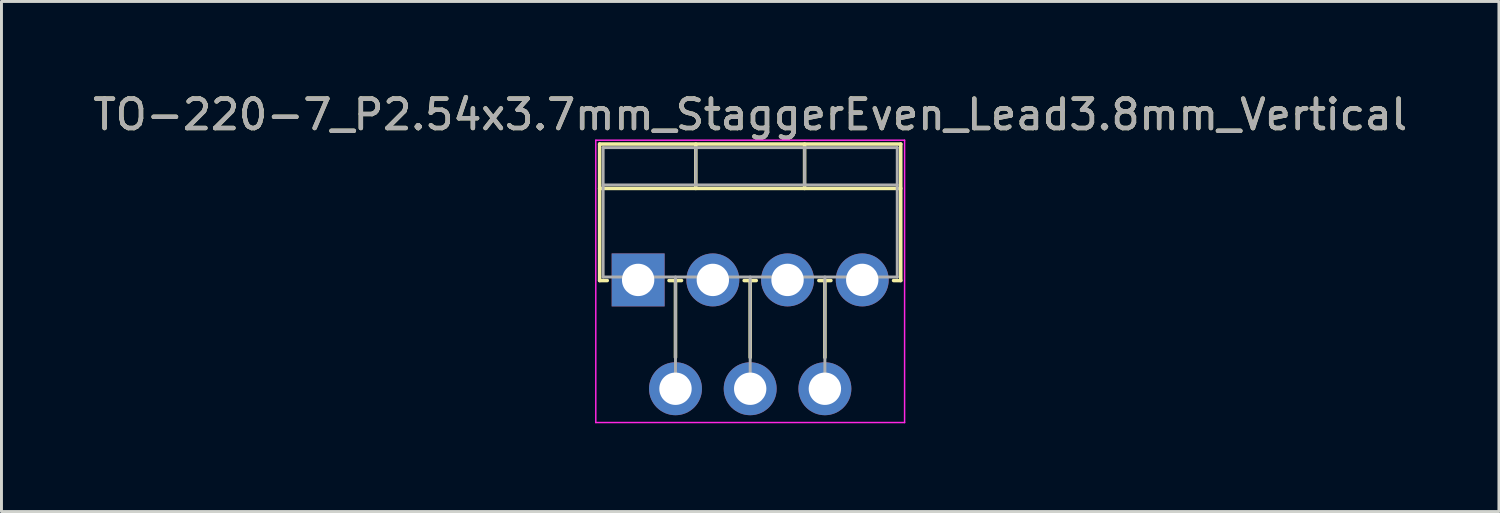
<source format=kicad_pcb>
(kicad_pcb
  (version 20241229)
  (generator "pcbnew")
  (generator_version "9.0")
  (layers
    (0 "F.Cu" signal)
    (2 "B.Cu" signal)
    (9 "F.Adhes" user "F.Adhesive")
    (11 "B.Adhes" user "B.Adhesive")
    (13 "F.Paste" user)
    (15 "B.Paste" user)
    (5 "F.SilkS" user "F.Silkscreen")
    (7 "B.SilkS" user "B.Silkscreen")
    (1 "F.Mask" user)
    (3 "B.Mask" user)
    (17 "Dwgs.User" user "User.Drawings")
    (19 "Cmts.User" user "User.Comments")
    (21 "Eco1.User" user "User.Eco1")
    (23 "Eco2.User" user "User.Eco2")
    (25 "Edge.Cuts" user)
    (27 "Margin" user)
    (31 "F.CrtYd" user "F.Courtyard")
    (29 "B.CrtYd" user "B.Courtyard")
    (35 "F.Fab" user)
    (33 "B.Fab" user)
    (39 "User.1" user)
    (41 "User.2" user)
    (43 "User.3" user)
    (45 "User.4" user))
  (footprint "TO-220-7_P2.54x3.7mm_StaggerEven_Lead3.8mm_Vertical"
    (layer "F.Cu")
    (at 18.648 6.468)
    (property "Reference" "TO-220-7_P2.54x3.7mm_StaggerEven_Lead3.8mm_Vertical" (at 3.81 -5.62 0) (layer "F.SilkS") (effects (font (size 1 1) (thickness 0.15))))
    (attr through_hole)
    (fp_line (start -1.31 -4.62) (end -1.31 0.021) (stroke (width 0.12) (type solid)) (layer "F.SilkS"))
    (fp_line (start -1.31 -4.62) (end 8.93 -4.62) (stroke (width 0.12) (type solid)) (layer "F.SilkS"))
    (fp_line (start -1.31 -3.111) (end 8.93 -3.111) (stroke (width 0.12) (type solid)) (layer "F.SilkS"))
    (fp_line (start -1.31 0.021) (end -1.05 0.021) (stroke (width 0.12) (type solid)) (layer "F.SilkS"))
    (fp_line (start 1.05 0.021) (end 1.475 0.021) (stroke (width 0.12) (type solid)) (layer "F.SilkS"))
    (fp_line (start 1.27 0.021) (end 1.27 2.635) (stroke (width 0.12) (type solid)) (layer "F.SilkS"))
    (fp_line (start 1.96 -4.62) (end 1.96 -3.111) (stroke (width 0.12) (type solid)) (layer "F.SilkS"))
    (fp_line (start 3.605 0.021) (end 4.016 0.021) (stroke (width 0.12) (type solid)) (layer "F.SilkS"))
    (fp_line (start 3.81 0.021) (end 3.81 2.635) (stroke (width 0.12) (type solid)) (layer "F.SilkS"))
    (fp_line (start 5.66 -4.62) (end 5.66 -3.111) (stroke (width 0.12) (type solid)) (layer "F.SilkS"))
    (fp_line (start 6.145 0.021) (end 6.555 0.021) (stroke (width 0.12) (type solid)) (layer "F.SilkS"))
    (fp_line (start 6.35 0.021) (end 6.35 2.635) (stroke (width 0.12) (type solid)) (layer "F.SilkS"))
    (fp_line (start 8.685 0.021) (end 8.93 0.021) (stroke (width 0.12) (type solid)) (layer "F.SilkS"))
    (fp_line (start 8.93 -4.62) (end 8.93 0.021) (stroke (width 0.12) (type solid)) (layer "F.SilkS"))
    (fp_line (start -1.44 -4.75) (end -1.44 4.85) (stroke (width 0.05) (type solid)) (layer "F.CrtYd"))
    (fp_line (start -1.44 4.85) (end 9.06 4.85) (stroke (width 0.05) (type solid)) (layer "F.CrtYd"))
    (fp_line (start 9.06 -4.75) (end -1.44 -4.75) (stroke (width 0.05) (type solid)) (layer "F.CrtYd"))
    (fp_line (start 9.06 4.85) (end 9.06 -4.75) (stroke (width 0.05) (type solid)) (layer "F.CrtYd"))
    (fp_line (start -1.19 -4.5) (end -1.19 -0.1) (stroke (width 0.1) (type solid)) (layer "F.Fab"))
    (fp_line (start -1.19 -3.23) (end 8.81 -3.23) (stroke (width 0.1) (type solid)) (layer "F.Fab"))
    (fp_line (start -1.19 -0.1) (end 8.81 -0.1) (stroke (width 0.1) (type solid)) (layer "F.Fab"))
    (fp_line (start 0 -0.1) (end 0 0) (stroke (width 0.1) (type solid)) (layer "F.Fab"))
    (fp_line (start 1.27 -0.1) (end 1.27 3.7) (stroke (width 0.1) (type solid)) (layer "F.Fab"))
    (fp_line (start 1.96 -4.5) (end 1.96 -3.23) (stroke (width 0.1) (type solid)) (layer "F.Fab"))
    (fp_line (start 2.54 -0.1) (end 2.54 0) (stroke (width 0.1) (type solid)) (layer "F.Fab"))
    (fp_line (start 3.81 -0.1) (end 3.81 3.7) (stroke (width 0.1) (type solid)) (layer "F.Fab"))
    (fp_line (start 5.08 -0.1) (end 5.08 0) (stroke (width 0.1) (type solid)) (layer "F.Fab"))
    (fp_line (start 5.66 -4.5) (end 5.66 -3.23) (stroke (width 0.1) (type solid)) (layer "F.Fab"))
    (fp_line (start 6.35 -0.1) (end 6.35 3.7) (stroke (width 0.1) (type solid)) (layer "F.Fab"))
    (fp_line (start 7.62 -0.1) (end 7.62 0) (stroke (width 0.1) (type solid)) (layer "F.Fab"))
    (fp_line (start 8.81 -4.5) (end -1.19 -4.5) (stroke (width 0.1) (type solid)) (layer "F.Fab"))
    (fp_line (start 8.81 -0.1) (end 8.81 -4.5) (stroke (width 0.1) (type solid)) (layer "F.Fab"))
    (fp_text user "${REFERENCE}" (at 3.81 -5.62 0) (layer "F.Fab") (effects (font (size 1 1) (thickness 0.15))))
    (pad "1" thru_hole rect (at 0 0) (size 1.8 1.8) (drill 1.1) (layers "*.Cu" "*.Mask"))
    (pad "2" thru_hole oval (at 1.27 3.7) (size 1.8 1.8) (drill 1.1) (layers "*.Cu" "*.Mask"))
    (pad "3" thru_hole oval (at 2.54 0) (size 1.8 1.8) (drill 1.1) (layers "*.Cu" "*.Mask"))
    (pad "4" thru_hole oval (at 3.81 3.7) (size 1.8 1.8) (drill 1.1) (layers "*.Cu" "*.Mask"))
    (pad "5" thru_hole oval (at 5.08 0) (size 1.8 1.8) (drill 1.1) (layers "*.Cu" "*.Mask"))
    (pad "6" thru_hole oval (at 6.35 3.7) (size 1.8 1.8) (drill 1.1) (layers "*.Cu" "*.Mask"))
    (pad "7" thru_hole oval (at 7.62 0) (size 1.8 1.8) (drill 1.1) (layers "*.Cu" "*.Mask")))
  (gr_rect
    (start -3 -3)
    (end 47.917 14.343)
    (stroke (width 0.1) (type default))
    (fill no)
    (layer "Edge.Cuts")))
</source>
